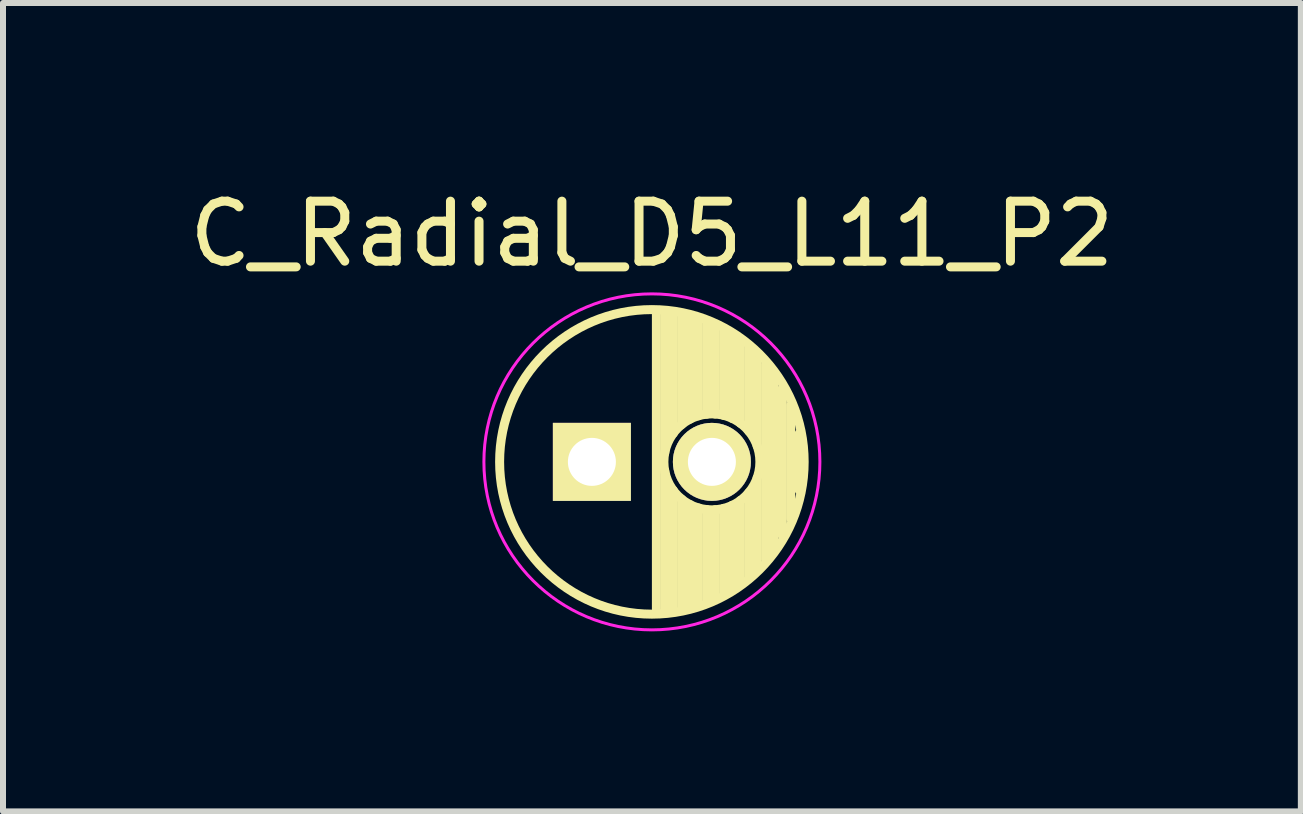
<source format=kicad_pcb>
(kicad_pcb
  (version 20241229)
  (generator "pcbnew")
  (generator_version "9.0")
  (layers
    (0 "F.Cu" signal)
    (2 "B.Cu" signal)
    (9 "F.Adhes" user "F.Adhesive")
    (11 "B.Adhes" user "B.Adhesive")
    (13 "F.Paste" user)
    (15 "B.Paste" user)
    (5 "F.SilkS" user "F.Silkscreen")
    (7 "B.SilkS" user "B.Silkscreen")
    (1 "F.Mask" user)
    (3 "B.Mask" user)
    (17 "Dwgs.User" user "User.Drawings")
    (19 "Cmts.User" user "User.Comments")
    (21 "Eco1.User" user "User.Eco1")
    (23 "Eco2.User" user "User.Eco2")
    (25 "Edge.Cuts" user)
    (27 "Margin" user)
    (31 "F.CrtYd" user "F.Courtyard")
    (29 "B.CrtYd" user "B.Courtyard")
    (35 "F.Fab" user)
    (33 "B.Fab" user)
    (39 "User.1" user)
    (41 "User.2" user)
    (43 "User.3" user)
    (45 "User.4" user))
  (footprint "C_Radial_D5_L11_P2"
    (layer "F.Cu")
    (at 6.815 4.648)
    (property "Reference" "C_Radial_D5_L11_P2" (at 1 -3.8 0) (layer "F.SilkS") (effects (font (size 1 1) (thickness 0.15))))
    (attr through_hole)
    (fp_line (start 1.075 -2.499) (end 1.075 2.499) (stroke (width 0.15) (type solid)) (layer "F.SilkS"))
    (fp_line (start 1.215 -2.491) (end 1.215 -0.154) (stroke (width 0.15) (type solid)) (layer "F.SilkS"))
    (fp_line (start 1.215 0.154) (end 1.215 2.491) (stroke (width 0.15) (type solid)) (layer "F.SilkS"))
    (fp_line (start 1.355 -2.475) (end 1.355 -0.473) (stroke (width 0.15) (type solid)) (layer "F.SilkS"))
    (fp_line (start 1.355 0.473) (end 1.355 2.475) (stroke (width 0.15) (type solid)) (layer "F.SilkS"))
    (fp_line (start 1.495 -2.451) (end 1.495 -0.62) (stroke (width 0.15) (type solid)) (layer "F.SilkS"))
    (fp_line (start 1.495 0.62) (end 1.495 2.451) (stroke (width 0.15) (type solid)) (layer "F.SilkS"))
    (fp_line (start 1.635 -2.418) (end 1.635 -0.712) (stroke (width 0.15) (type solid)) (layer "F.SilkS"))
    (fp_line (start 1.635 0.712) (end 1.635 2.418) (stroke (width 0.15) (type solid)) (layer "F.SilkS"))
    (fp_line (start 1.775 -2.377) (end 1.775 -0.768) (stroke (width 0.15) (type solid)) (layer "F.SilkS"))
    (fp_line (start 1.775 0.768) (end 1.775 2.377) (stroke (width 0.15) (type solid)) (layer "F.SilkS"))
    (fp_line (start 1.915 -2.327) (end 1.915 -0.795) (stroke (width 0.15) (type solid)) (layer "F.SilkS"))
    (fp_line (start 1.915 0.795) (end 1.915 2.327) (stroke (width 0.15) (type solid)) (layer "F.SilkS"))
    (fp_line (start 2.055 -2.266) (end 2.055 -0.798) (stroke (width 0.15) (type solid)) (layer "F.SilkS"))
    (fp_line (start 2.055 0.798) (end 2.055 2.266) (stroke (width 0.15) (type solid)) (layer "F.SilkS"))
    (fp_line (start 2.195 -2.196) (end 2.195 -0.776) (stroke (width 0.15) (type solid)) (layer "F.SilkS"))
    (fp_line (start 2.195 0.776) (end 2.195 2.196) (stroke (width 0.15) (type solid)) (layer "F.SilkS"))
    (fp_line (start 2.335 -2.114) (end 2.335 -0.726) (stroke (width 0.15) (type solid)) (layer "F.SilkS"))
    (fp_line (start 2.335 0.726) (end 2.335 2.114) (stroke (width 0.15) (type solid)) (layer "F.SilkS"))
    (fp_line (start 2.475 -2.019) (end 2.475 -0.644) (stroke (width 0.15) (type solid)) (layer "F.SilkS"))
    (fp_line (start 2.475 0.644) (end 2.475 2.019) (stroke (width 0.15) (type solid)) (layer "F.SilkS"))
    (fp_line (start 2.615 -1.908) (end 2.615 -0.512) (stroke (width 0.15) (type solid)) (layer "F.SilkS"))
    (fp_line (start 2.615 0.512) (end 2.615 1.908) (stroke (width 0.15) (type solid)) (layer "F.SilkS"))
    (fp_line (start 2.755 -1.78) (end 2.755 -0.265) (stroke (width 0.15) (type solid)) (layer "F.SilkS"))
    (fp_line (start 2.755 0.265) (end 2.755 1.78) (stroke (width 0.15) (type solid)) (layer "F.SilkS"))
    (fp_line (start 2.895 -1.631) (end 2.895 1.631) (stroke (width 0.15) (type solid)) (layer "F.SilkS"))
    (fp_line (start 3.035 -1.452) (end 3.035 1.452) (stroke (width 0.15) (type solid)) (layer "F.SilkS"))
    (fp_line (start 3.175 -1.233) (end 3.175 1.233) (stroke (width 0.15) (type solid)) (layer "F.SilkS"))
    (fp_line (start 3.315 -0.944) (end 3.315 0.944) (stroke (width 0.15) (type solid)) (layer "F.SilkS"))
    (fp_line (start 3.455 -0.472) (end 3.455 0.472) (stroke (width 0.15) (type solid)) (layer "F.SilkS"))
    (fp_circle (center 1 0) (end 1 -2.538) (stroke (width 0.15) (type solid)) (fill no) (layer "F.SilkS"))
    (fp_circle (center 2 0) (end 2 -0.8) (stroke (width 0.15) (type solid)) (fill no) (layer "F.SilkS"))
    (fp_circle (center 1 0) (end 1 -2.8) (stroke (width 0.05) (type solid)) (fill no) (layer "F.CrtYd"))
    (pad "1" thru_hole rect (at 0 0) (size 1.3 1.3) (drill 0.8) (layers "*.Cu" "*.Mask" "F.SilkS"))
    (pad "2" thru_hole circle (at 2 0) (size 1.3 1.3) (drill 0.8) (layers "*.Cu" "*.Mask" "F.SilkS")))
  (gr_rect
    (start -3 -3)
    (end 18.631 10.473)
    (stroke (width 0.1) (type default))
    (fill no)
    (layer "Edge.Cuts")))
</source>
